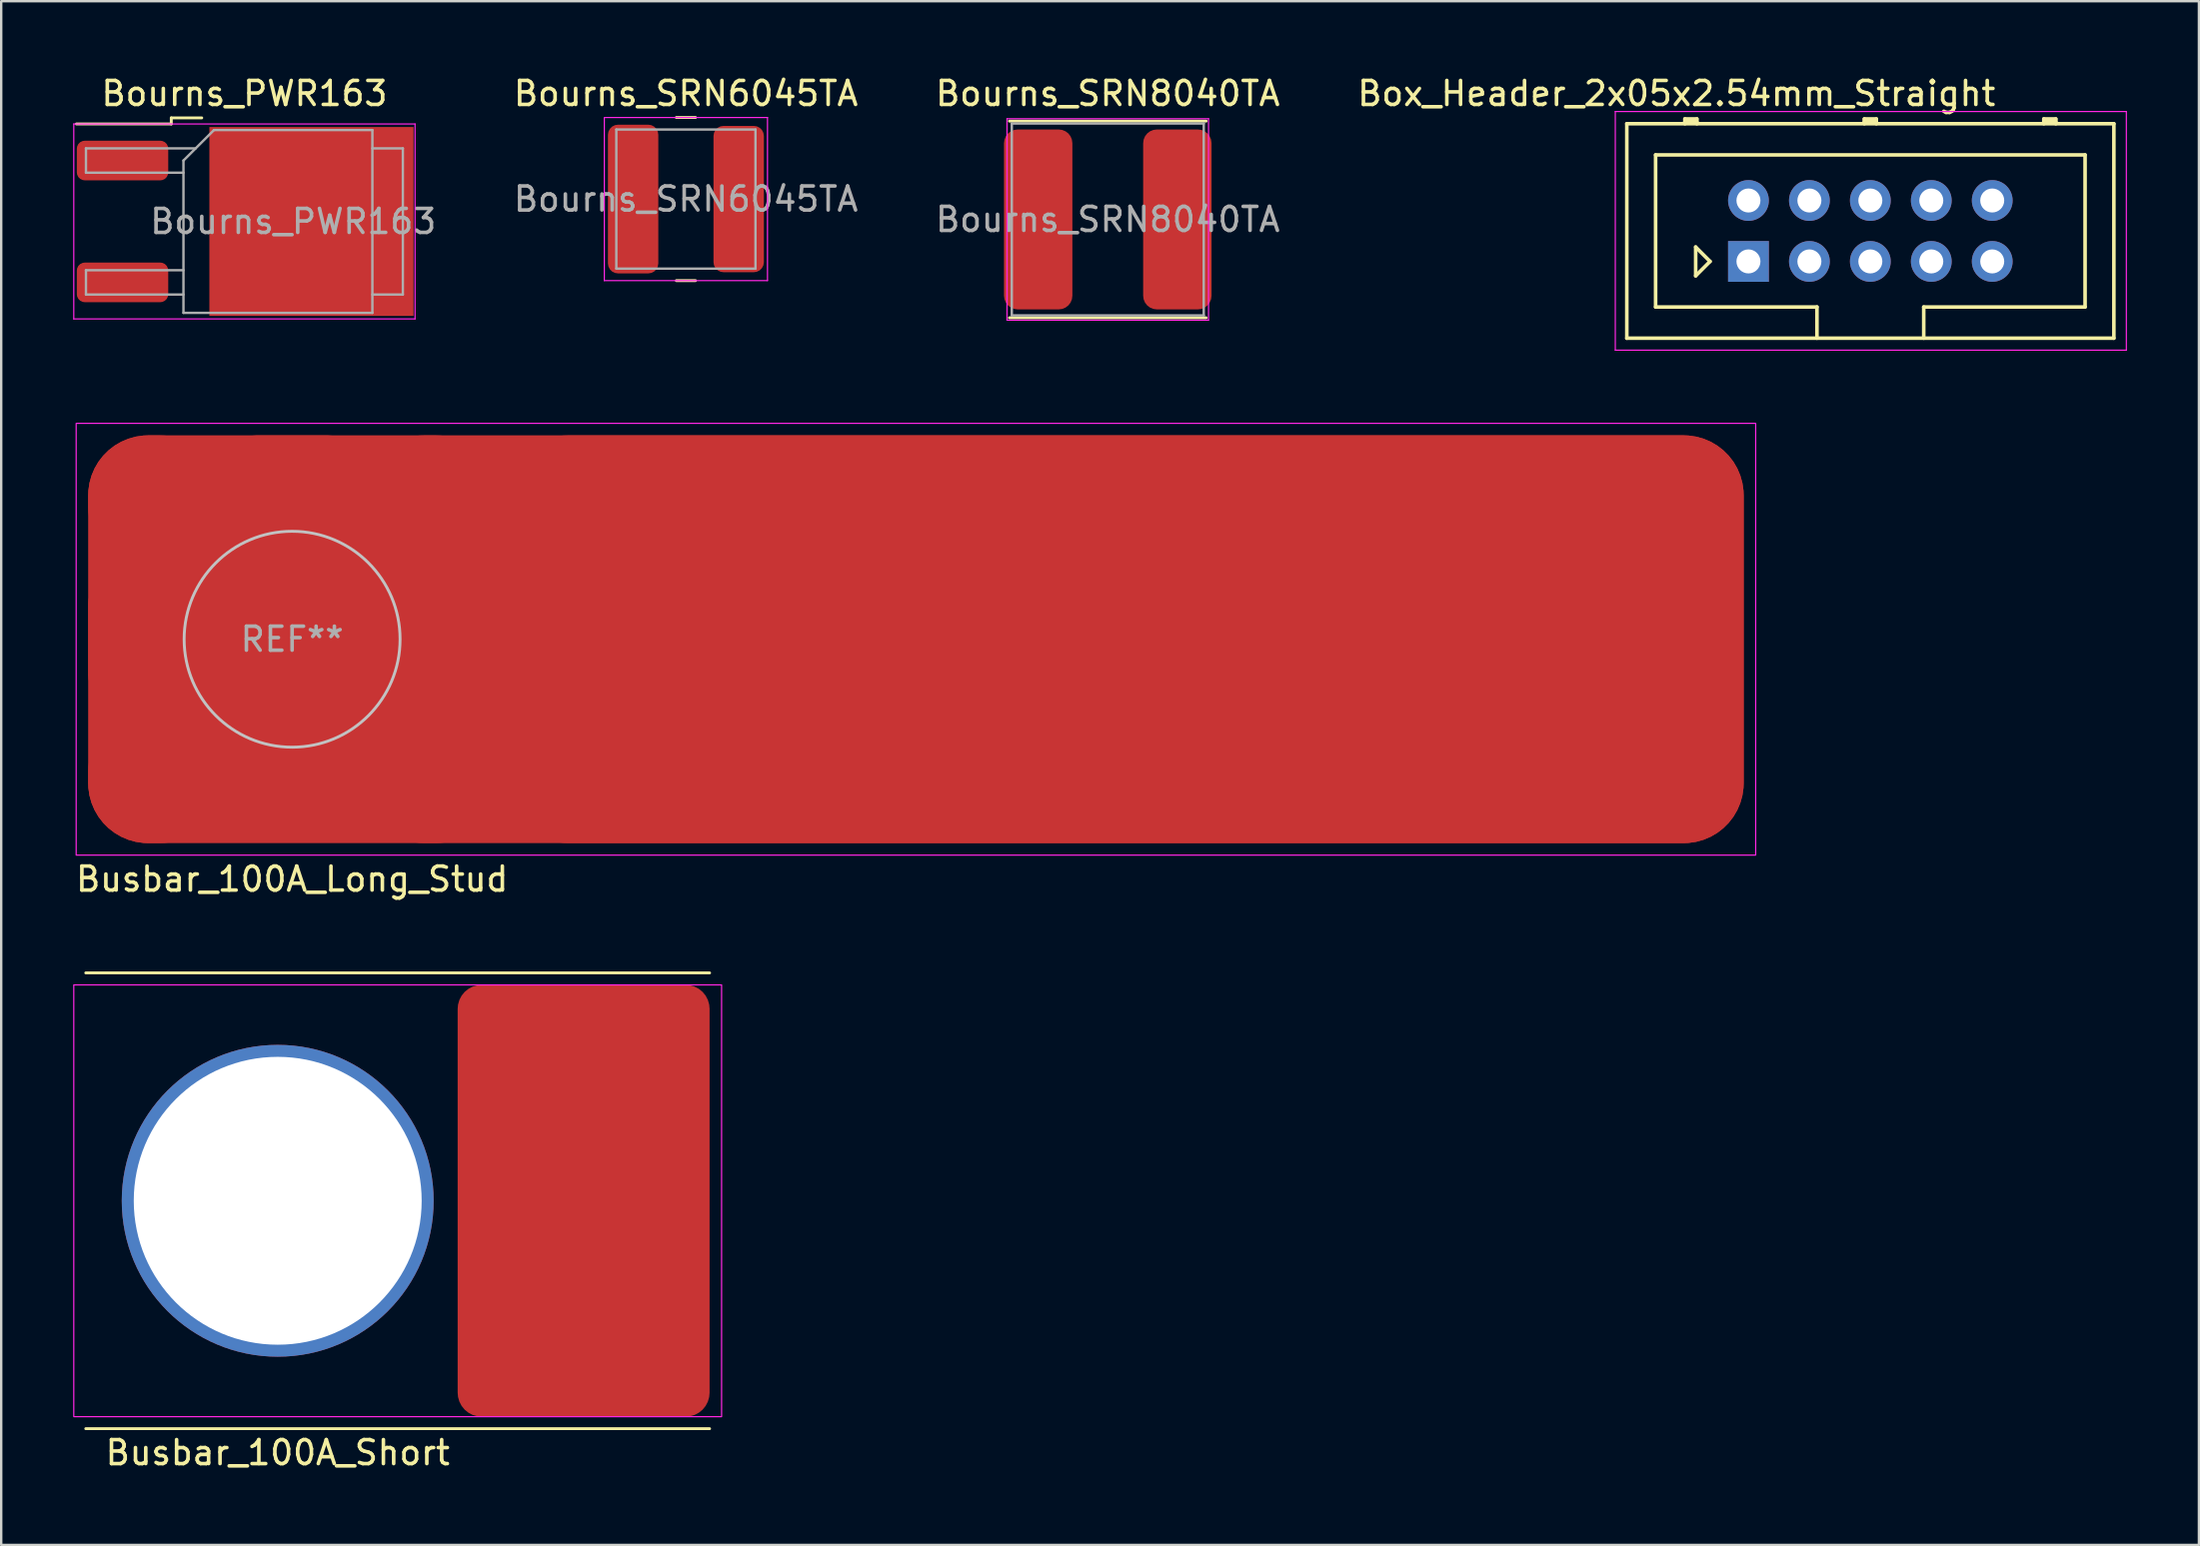
<source format=kicad_pcb>
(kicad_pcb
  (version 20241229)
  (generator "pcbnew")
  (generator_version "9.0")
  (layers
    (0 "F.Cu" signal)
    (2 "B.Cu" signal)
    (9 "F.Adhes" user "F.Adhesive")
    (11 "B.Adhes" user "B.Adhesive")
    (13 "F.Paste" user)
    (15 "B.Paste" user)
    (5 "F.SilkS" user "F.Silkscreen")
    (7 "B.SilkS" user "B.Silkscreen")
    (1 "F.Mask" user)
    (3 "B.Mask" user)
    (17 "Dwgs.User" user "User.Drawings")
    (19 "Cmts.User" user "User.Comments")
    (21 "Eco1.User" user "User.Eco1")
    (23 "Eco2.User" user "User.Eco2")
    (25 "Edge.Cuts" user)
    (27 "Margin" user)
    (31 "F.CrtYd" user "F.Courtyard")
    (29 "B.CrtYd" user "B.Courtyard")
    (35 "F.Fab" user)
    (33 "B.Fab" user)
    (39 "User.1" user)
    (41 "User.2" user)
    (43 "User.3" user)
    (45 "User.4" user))
  (footprint "Box_Header_2x05x2.54mm_Straight"
    (layer "F.Cu")
    (at 69.824 7.848)
    (property "Reference" "Box_Header_2x05x2.54mm_Straight" (at -3 -7 0) (layer "F.SilkS") (effects (font (size 1 1) (thickness 0.15))))
    (attr through_hole)
    (fp_line (start -5.07 -5.74) (end 15.23 -5.74) (stroke (width 0.15) (type solid)) (layer "F.SilkS"))
    (fp_line (start -5.07 3.2) (end -5.07 -5.74) (stroke (width 0.15) (type solid)) (layer "F.SilkS"))
    (fp_line (start -3.87 -4.44) (end 14.03 -4.44) (stroke (width 0.15) (type solid)) (layer "F.SilkS"))
    (fp_line (start -3.87 1.9) (end -3.87 -4.44) (stroke (width 0.15) (type solid)) (layer "F.SilkS"))
    (fp_line (start -2.65 -5.94) (end -2.15 -5.94) (stroke (width 0.15) (type solid)) (layer "F.SilkS"))
    (fp_line (start -2.65 -5.84) (end -2.15 -5.84) (stroke (width 0.15) (type solid)) (layer "F.SilkS"))
    (fp_line (start -2.65 -5.74) (end -2.65 -5.94) (stroke (width 0.15) (type solid)) (layer "F.SilkS"))
    (fp_line (start -2.2 -0.6) (end -1.6 0) (stroke (width 0.15) (type solid)) (layer "F.SilkS"))
    (fp_line (start -2.2 0.6) (end -2.2 -0.6) (stroke (width 0.15) (type solid)) (layer "F.SilkS"))
    (fp_line (start -2.15 -5.94) (end -2.15 -5.74) (stroke (width 0.15) (type solid)) (layer "F.SilkS"))
    (fp_line (start -1.6 0) (end -2.2 0.6) (stroke (width 0.15) (type solid)) (layer "F.SilkS"))
    (fp_line (start 2.855 1.9) (end -3.87 1.9) (stroke (width 0.15) (type solid)) (layer "F.SilkS"))
    (fp_line (start 2.855 3.2) (end 2.855 1.9) (stroke (width 0.15) (type solid)) (layer "F.SilkS"))
    (fp_line (start 4.83 -5.94) (end 5.33 -5.94) (stroke (width 0.15) (type solid)) (layer "F.SilkS"))
    (fp_line (start 4.83 -5.84) (end 5.33 -5.84) (stroke (width 0.15) (type solid)) (layer "F.SilkS"))
    (fp_line (start 4.83 -5.74) (end 4.83 -5.94) (stroke (width 0.15) (type solid)) (layer "F.SilkS"))
    (fp_line (start 5.33 -5.94) (end 5.33 -5.74) (stroke (width 0.15) (type solid)) (layer "F.SilkS"))
    (fp_line (start 7.305 1.9) (end 7.305 3.2) (stroke (width 0.15) (type solid)) (layer "F.SilkS"))
    (fp_line (start 12.31 -5.94) (end 12.81 -5.94) (stroke (width 0.15) (type solid)) (layer "F.SilkS"))
    (fp_line (start 12.31 -5.84) (end 12.81 -5.84) (stroke (width 0.15) (type solid)) (layer "F.SilkS"))
    (fp_line (start 12.31 -5.74) (end 12.31 -5.94) (stroke (width 0.15) (type solid)) (layer "F.SilkS"))
    (fp_line (start 12.81 -5.94) (end 12.81 -5.74) (stroke (width 0.15) (type solid)) (layer "F.SilkS"))
    (fp_line (start 14.03 -4.44) (end 14.03 1.9) (stroke (width 0.15) (type solid)) (layer "F.SilkS"))
    (fp_line (start 14.03 1.9) (end 7.305 1.9) (stroke (width 0.15) (type solid)) (layer "F.SilkS"))
    (fp_line (start 15.23 -5.74) (end 15.23 3.2) (stroke (width 0.15) (type solid)) (layer "F.SilkS"))
    (fp_line (start 15.23 3.2) (end -5.07 3.2) (stroke (width 0.15) (type solid)) (layer "F.SilkS"))
    (fp_line (start -5.55 -6.25) (end 15.75 -6.25) (stroke (width 0.05) (type solid)) (layer "F.CrtYd"))
    (fp_line (start -5.55 3.7) (end -5.55 -6.25) (stroke (width 0.05) (type solid)) (layer "F.CrtYd"))
    (fp_line (start 15.75 -6.25) (end 15.75 3.7) (stroke (width 0.05) (type solid)) (layer "F.CrtYd"))
    (fp_line (start 15.75 3.7) (end -5.55 3.7) (stroke (width 0.05) (type solid)) (layer "F.CrtYd"))
    (pad "1" thru_hole rect (at 0 0) (size 1.7 1.7) (drill 1) (layers "*.Cu" "*.Mask"))
    (pad "2" thru_hole circle (at 0 -2.54) (size 1.7 1.7) (drill 1) (layers "*.Cu" "*.Mask"))
    (pad "3" thru_hole circle (at 2.54 0) (size 1.7 1.7) (drill 1) (layers "*.Cu" "*.Mask"))
    (pad "4" thru_hole circle (at 2.54 -2.54) (size 1.7 1.7) (drill 1) (layers "*.Cu" "*.Mask"))
    (pad "5" thru_hole circle (at 5.08 0) (size 1.7 1.7) (drill 1) (layers "*.Cu" "*.Mask"))
    (pad "6" thru_hole circle (at 5.08 -2.54) (size 1.7 1.7) (drill 1) (layers "*.Cu" "*.Mask"))
    (pad "7" thru_hole circle (at 7.62 0) (size 1.7 1.7) (drill 1) (layers "*.Cu" "*.Mask"))
    (pad "8" thru_hole circle (at 7.62 -2.54) (size 1.7 1.7) (drill 1) (layers "*.Cu" "*.Mask"))
    (pad "9" thru_hole circle (at 10.16 0) (size 1.7 1.7) (drill 1) (layers "*.Cu" "*.Mask"))
    (pad "10" thru_hole circle (at 10.16 -2.54) (size 1.7 1.7) (drill 1) (layers "*.Cu" "*.Mask")))
  (footprint "Bourns_SRN8040TA"
    (layer "F.Cu")
    (at 43.121 6.098)
    (property "Reference" "Bourns_SRN8040TA" (at 0 -5.25 0) (layer "F.SilkS") (effects (font (size 1 1) (thickness 0.15))))
    (attr smd)
    (fp_line (start -4.1 -4.1) (end 4.1 -4.1) (stroke (width 0.12) (type solid)) (layer "F.SilkS"))
    (fp_line (start -4.1 4.1) (end 4.1 4.1) (stroke (width 0.12) (type solid)) (layer "F.SilkS"))
    (fp_line (start -4.2 -4.2) (end 4.2 -4.2) (stroke (width 0.05) (type solid)) (layer "F.CrtYd"))
    (fp_line (start -4.2 4.2) (end -4.2 -4.2) (stroke (width 0.05) (type solid)) (layer "F.CrtYd"))
    (fp_line (start 4.2 -4.2) (end 4.2 4.2) (stroke (width 0.05) (type solid)) (layer "F.CrtYd"))
    (fp_line (start 4.2 4.2) (end -4.2 4.2) (stroke (width 0.05) (type solid)) (layer "F.CrtYd"))
    (fp_line (start -4 -4) (end -4 4) (stroke (width 0.1) (type solid)) (layer "F.Fab"))
    (fp_line (start -4 -4) (end 4 -4) (stroke (width 0.1) (type solid)) (layer "F.Fab"))
    (fp_line (start 4 -4) (end 4 4) (stroke (width 0.1) (type solid)) (layer "F.Fab"))
    (fp_line (start 4 4) (end -4 4) (stroke (width 0.1) (type solid)) (layer "F.Fab"))
    (fp_text user "${REFERENCE}" (at 0 0 0) (layer "F.Fab") (effects (font (size 1 1) (thickness 0.15))))
    (pad "1" smd roundrect (at -2.9 0) (size 2.85 7.5) (layers "F.Cu" "F.Mask" "F.Paste") (roundrect_rratio 0.2))
    (pad "2" smd roundrect (at 2.9 0) (size 2.85 7.5) (layers "F.Cu" "F.Mask" "F.Paste") (roundrect_rratio 0.2)))
  (footprint "Busbar_100A_Short"
    (layer "F.Cu")
    (at 8.525 47.007)
    (property "Reference" "Busbar_100A_Short" (at 0 10.5 0) (unlocked yes) (layer "F.SilkS") (effects (font (size 1 1) (thickness 0.15))))
    (fp_line (start -8 -9.5) (end 18 -9.5) (stroke (width 0.12) (type solid)) (layer "F.SilkS"))
    (fp_line (start -8 9.5) (end 18 9.5) (stroke (width 0.12) (type solid)) (layer "F.SilkS"))
    (fp_rect (start -8.5 -9) (end 18.5 9) (stroke (width 0.05) (type solid)) (fill no) (layer "F.CrtYd"))
    (fp_text user "REF**" (at 0 0 0) (unlocked yes) (layer "F.Fab") (effects (font (size 1 1) (thickness 0.15))))
    (pad "" np_thru_hole circle (at 0 0) (size 13 13) (drill 12) (layers "*.Cu" "*.Mask"))
    (pad "1" smd roundrect (at 12.75 0) (size 10.5 18) (layers "F.Cu" "F.Mask" "F.Paste") (roundrect_rratio 0.095)))
  (footprint "Busbar_100A_Long_Stud"
    (layer "F.Cu")
    (at 9.125 23.598)
    (property "Reference" "Busbar_100A_Long_Stud" (at 0 10 0) (unlocked yes) (layer "F.SilkS") (effects (font (size 1 1) (thickness 0.15))))
    (fp_circle (center 0 0) (end 4.5 0) (stroke (width 0.12) (type solid)) (fill no) (layer "Dwgs.User"))
    (fp_rect (start -9 -9) (end 61 9) (stroke (width 0.05) (type solid)) (fill no) (layer "F.CrtYd"))
    (fp_text user "REF**" (at 0 0 0) (unlocked yes) (layer "F.Fab") (effects (font (size 1 1) (thickness 0.15))))
    (pad "1" smd roundrect (at -6.75 0) (size 3.5 5) (layers "F.Cu" "F.Paste") (roundrect_rratio 0.286))
    (pad "1" smd roundrect (at -5.75 -5.75) (size 5.5 5.5) (layers "F.Cu" "F.Paste") (roundrect_rratio 0.455))
    (pad "1" smd roundrect (at -5.75 5.75) (size 5.5 5.5) (layers "F.Cu" "F.Paste") (roundrect_rratio 0.455))
    (pad "1" smd roundrect (at -0.5 6) (size 5 3.5) (layers "F.Cu" "F.Paste") (roundrect_rratio 0.286))
    (pad "1" smd roundrect (at 0 -6.75) (size 5 3.5) (layers "F.Cu" "F.Paste") (roundrect_rratio 0.286))
    (pad "1" smd roundrect (at 5.75 -5.75) (size 5.5 5.5) (layers "F.Cu" "F.Paste") (roundrect_rratio 0.455))
    (pad "1" smd roundrect (at 5.75 5.75) (size 5.5 5.5) (layers "F.Cu" "F.Paste") (roundrect_rratio 0.455))
    (pad "1" smd roundrect (at 6.75 0) (size 3.5 5) (layers "F.Cu" "F.Paste") (roundrect_rratio 0.286))
    (pad "1" smd roundrect (at 26 0) (size 69 17) (layers "F.Cu" "F.Mask") (roundrect_rratio 0.147))
    (pad "1" smd roundrect (at 34.75 0) (size 51.5 17) (layers "F.Cu" "F.Paste") (roundrect_rratio 0.147)))
  (footprint "Bourns_PWR163"
    (layer "F.Cu")
    (at 7.137 6.182)
    (property "Reference" "Bourns_PWR163" (at 0 -5.334 0) (layer "F.SilkS") (effects (font (size 1 1) (thickness 0.15))))
    (attr smd)
    (fp_line (start -3.048 -4.318) (end -3.048 -4.064) (stroke (width 0.12) (type solid)) (layer "F.SilkS"))
    (fp_line (start -3.048 -4.064) (end -7.003 -4.064) (stroke (width 0.12) (type solid)) (layer "F.SilkS"))
    (fp_line (start -1.778 -4.318) (end -3.048 -4.318) (stroke (width 0.12) (type solid)) (layer "F.SilkS"))
    (fp_line (start -7.112 -4.064) (end -7.112 4.064) (stroke (width 0.05) (type solid)) (layer "F.CrtYd"))
    (fp_line (start -7.112 4.064) (end 7.112 4.064) (stroke (width 0.05) (type solid)) (layer "F.CrtYd"))
    (fp_line (start 7.112 -4.064) (end -7.112 -4.064) (stroke (width 0.05) (type solid)) (layer "F.CrtYd"))
    (fp_line (start 7.112 4.064) (end 7.112 -4.064) (stroke (width 0.05) (type solid)) (layer "F.CrtYd"))
    (fp_line (start -6.604 -3.048) (end -6.604 -2.032) (stroke (width 0.1) (type solid)) (layer "F.Fab"))
    (fp_line (start -6.604 -2.032) (end -2.54 -2.032) (stroke (width 0.1) (type solid)) (layer "F.Fab"))
    (fp_line (start -6.604 2.032) (end -6.604 3.048) (stroke (width 0.1) (type solid)) (layer "F.Fab"))
    (fp_line (start -6.604 3.048) (end -2.54 3.048) (stroke (width 0.1) (type solid)) (layer "F.Fab"))
    (fp_line (start -2.54 -2.54) (end -1.27 -3.81) (stroke (width 0.1) (type solid)) (layer "F.Fab"))
    (fp_line (start -2.54 2.032) (end -6.604 2.032) (stroke (width 0.1) (type solid)) (layer "F.Fab"))
    (fp_line (start -2.54 3.81) (end -2.54 -2.54) (stroke (width 0.1) (type solid)) (layer "F.Fab"))
    (fp_line (start -2.032 -3.048) (end -6.604 -3.048) (stroke (width 0.1) (type solid)) (layer "F.Fab"))
    (fp_line (start -1.27 -3.81) (end 5.334 -3.81) (stroke (width 0.1) (type solid)) (layer "F.Fab"))
    (fp_line (start 5.334 -3.81) (end 5.334 3.81) (stroke (width 0.1) (type solid)) (layer "F.Fab"))
    (fp_line (start 5.334 -3.048) (end 6.604 -3.048) (stroke (width 0.1) (type solid)) (layer "F.Fab"))
    (fp_line (start 5.334 3.81) (end -2.54 3.81) (stroke (width 0.1) (type solid)) (layer "F.Fab"))
    (fp_line (start 6.604 -3.048) (end 6.604 3.048) (stroke (width 0.1) (type solid)) (layer "F.Fab"))
    (fp_line (start 6.604 3.048) (end 5.334 3.048) (stroke (width 0.1) (type solid)) (layer "F.Fab"))
    (fp_text user "${REFERENCE}" (at 2.032 0 0) (layer "F.Fab") (effects (font (size 1 1) (thickness 0.15))))
    (pad "" smd rect (at 1.27 -1.524) (size 3.05 2.75) (layers "F.Paste"))
    (pad "" smd rect (at 1.27 1.525) (size 3.05 2.75) (layers "F.Paste"))
    (pad "" smd rect (at 4.572 -1.525) (size 3.05 2.75) (layers "F.Paste"))
    (pad "" smd rect (at 4.572 1.524) (size 3.05 2.75) (layers "F.Paste"))
    (pad "1" smd roundrect (at -5.08 -2.54) (size 3.81 1.651) (layers "F.Cu" "F.Mask" "F.Paste") (roundrect_rratio 0.2))
    (pad "2" smd rect (at 2.794 0) (size 8.509 7.874) (layers "F.Cu" "F.Mask"))
    (pad "3" smd roundrect (at -5.08 2.54) (size 3.81 1.651) (layers "F.Cu" "F.Mask" "F.Paste") (roundrect_rratio 0.2)))
  (footprint "Bourns_SRN6045TA"
    (layer "F.Cu")
    (at 25.538 5.248)
    (property "Reference" "Bourns_SRN6045TA" (at 0 -4.4 0) (layer "F.SilkS") (effects (font (size 1 1) (thickness 0.15))))
    (attr smd)
    (fp_line (start -0.4 -3.4) (end 0.4 -3.4) (stroke (width 0.12) (type solid)) (layer "F.SilkS"))
    (fp_line (start -0.4 3.4) (end 0.4 3.4) (stroke (width 0.12) (type solid)) (layer "F.SilkS"))
    (fp_line (start -3.4 -3.4) (end 3.4 -3.4) (stroke (width 0.05) (type solid)) (layer "F.CrtYd"))
    (fp_line (start -3.4 3.4) (end -3.4 -3.4) (stroke (width 0.05) (type solid)) (layer "F.CrtYd"))
    (fp_line (start 3.4 -3.4) (end 3.4 3.4) (stroke (width 0.05) (type solid)) (layer "F.CrtYd"))
    (fp_line (start 3.4 3.4) (end -3.4 3.4) (stroke (width 0.05) (type solid)) (layer "F.CrtYd"))
    (fp_line (start -2.9 -2.9) (end -2.9 2.9) (stroke (width 0.1) (type solid)) (layer "F.Fab"))
    (fp_line (start -2.9 -2.9) (end 2.9 -2.9) (stroke (width 0.1) (type solid)) (layer "F.Fab"))
    (fp_line (start 2.9 -2.9) (end 2.9 2.9) (stroke (width 0.1) (type solid)) (layer "F.Fab"))
    (fp_line (start 2.9 2.9) (end -2.9 2.9) (stroke (width 0.1) (type solid)) (layer "F.Fab"))
    (fp_text user "${REFERENCE}" (at 0 0 0) (layer "F.Fab") (effects (font (size 1 1) (thickness 0.15))))
    (pad "1" smd roundrect (at -2.2 0) (size 2.1 6.2) (layers "F.Cu" "F.Mask" "F.Paste") (roundrect_rratio 0.2))
    (pad "2" smd roundrect (at 2.2 0) (size 2.1 6.1) (layers "F.Cu" "F.Mask" "F.Paste") (roundrect_rratio 0.2)))
  (gr_rect
    (start -3 -3)
    (end 88.599 61.355)
    (stroke (width 0.1) (type default))
    (fill no)
    (layer "Edge.Cuts")))
</source>
